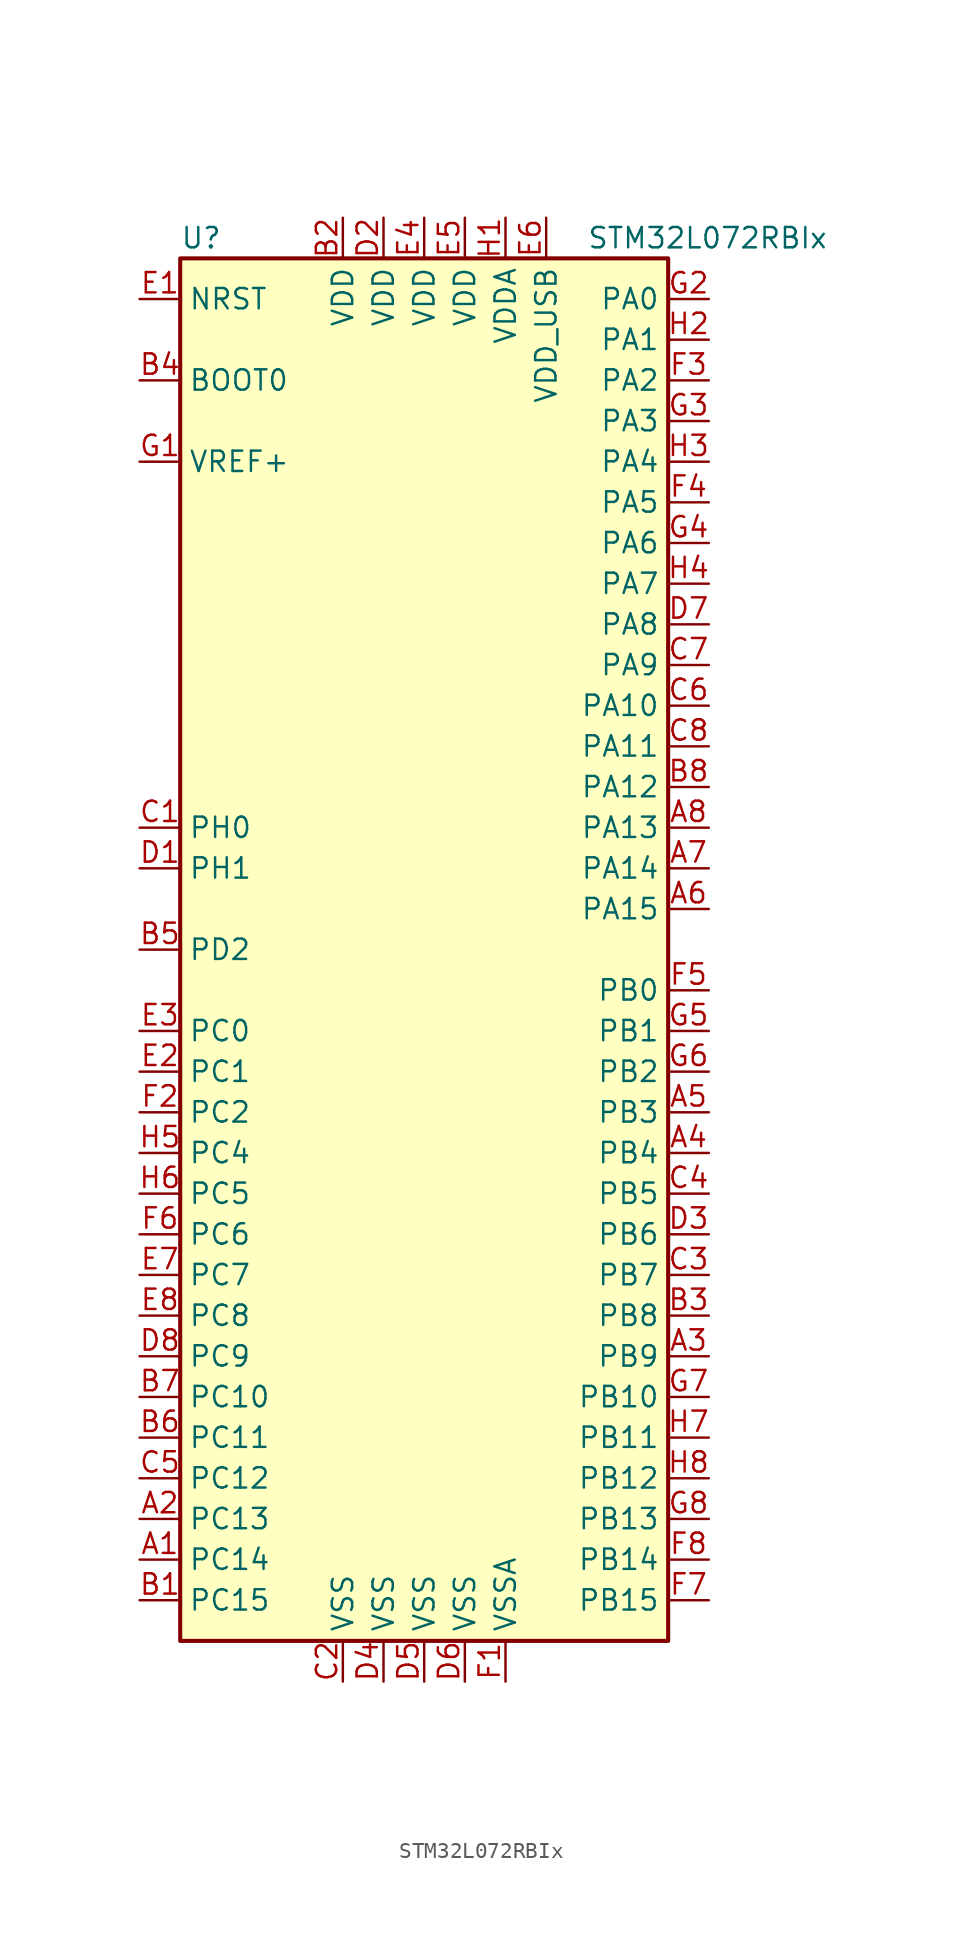
<source format=kicad_sym>
(kicad_symbol_lib
  (version 20201005)
  (generator kicad_symbol_editor)
  (symbol "MCU_ST_STM32L0:STM32L072RBIx"
    (property "Reference" "U"
      (at -15.24 44.45 0)
      (effects (font (size 1.27 1.27)) (justify left)))
    (property "Value" "STM32L072RBIx"
      (at 10.16 44.45 0)
      (effects (font (size 1.27 1.27)) (justify left)))
    (symbol "STM32L072RBIx_0_1"
      (rectangle (start -15.24 -43.18) (end 15.24 43.18) (stroke (width 0.254)) (fill (type background))))
    (symbol "STM32L072RBIx_1_1"
      (pin input line (at -17.78 35.56 0) (length 2.54) (name "BOOT0" (effects (font (size 1.27 1.27)))) (number "B4" (effects (font (size 1.27 1.27)))))
      (pin input line (at -17.78 40.64 0) (length 2.54) (name "NRST" (effects (font (size 1.27 1.27)))) (number "E1" (effects (font (size 1.27 1.27)))))
      (pin bidirectional line (at 17.78 40.64 180) (length 2.54) (name "PA0" (effects (font (size 1.27 1.27)))) (number "G2" (effects (font (size 1.27 1.27)))))
      (pin bidirectional line (at 17.78 38.1 180) (length 2.54) (name "PA1" (effects (font (size 1.27 1.27)))) (number "H2" (effects (font (size 1.27 1.27)))))
      (pin bidirectional line (at 17.78 15.24 180) (length 2.54) (name "PA10" (effects (font (size 1.27 1.27)))) (number "C6" (effects (font (size 1.27 1.27)))))
      (pin bidirectional line (at 17.78 12.7 180) (length 2.54) (name "PA11" (effects (font (size 1.27 1.27)))) (number "C8" (effects (font (size 1.27 1.27)))))
      (pin bidirectional line (at 17.78 10.16 180) (length 2.54) (name "PA12" (effects (font (size 1.27 1.27)))) (number "B8" (effects (font (size 1.27 1.27)))))
      (pin bidirectional line (at 17.78 7.62 180) (length 2.54) (name "PA13" (effects (font (size 1.27 1.27)))) (number "A8" (effects (font (size 1.27 1.27)))))
      (pin bidirectional line (at 17.78 5.08 180) (length 2.54) (name "PA14" (effects (font (size 1.27 1.27)))) (number "A7" (effects (font (size 1.27 1.27)))))
      (pin bidirectional line (at 17.78 2.54 180) (length 2.54) (name "PA15" (effects (font (size 1.27 1.27)))) (number "A6" (effects (font (size 1.27 1.27)))))
      (pin bidirectional line (at 17.78 35.56 180) (length 2.54) (name "PA2" (effects (font (size 1.27 1.27)))) (number "F3" (effects (font (size 1.27 1.27)))))
      (pin bidirectional line (at 17.78 33.02 180) (length 2.54) (name "PA3" (effects (font (size 1.27 1.27)))) (number "G3" (effects (font (size 1.27 1.27)))))
      (pin bidirectional line (at 17.78 30.48 180) (length 2.54) (name "PA4" (effects (font (size 1.27 1.27)))) (number "H3" (effects (font (size 1.27 1.27)))))
      (pin bidirectional line (at 17.78 27.94 180) (length 2.54) (name "PA5" (effects (font (size 1.27 1.27)))) (number "F4" (effects (font (size 1.27 1.27)))))
      (pin bidirectional line (at 17.78 25.4 180) (length 2.54) (name "PA6" (effects (font (size 1.27 1.27)))) (number "G4" (effects (font (size 1.27 1.27)))))
      (pin bidirectional line (at 17.78 22.86 180) (length 2.54) (name "PA7" (effects (font (size 1.27 1.27)))) (number "H4" (effects (font (size 1.27 1.27)))))
      (pin bidirectional line (at 17.78 20.32 180) (length 2.54) (name "PA8" (effects (font (size 1.27 1.27)))) (number "D7" (effects (font (size 1.27 1.27)))))
      (pin bidirectional line (at 17.78 17.78 180) (length 2.54) (name "PA9" (effects (font (size 1.27 1.27)))) (number "C7" (effects (font (size 1.27 1.27)))))
      (pin bidirectional line (at 17.78 -2.54 180) (length 2.54) (name "PB0" (effects (font (size 1.27 1.27)))) (number "F5" (effects (font (size 1.27 1.27)))))
      (pin bidirectional line (at 17.78 -5.08 180) (length 2.54) (name "PB1" (effects (font (size 1.27 1.27)))) (number "G5" (effects (font (size 1.27 1.27)))))
      (pin bidirectional line (at 17.78 -27.94 180) (length 2.54) (name "PB10" (effects (font (size 1.27 1.27)))) (number "G7" (effects (font (size 1.27 1.27)))))
      (pin bidirectional line (at 17.78 -30.48 180) (length 2.54) (name "PB11" (effects (font (size 1.27 1.27)))) (number "H7" (effects (font (size 1.27 1.27)))))
      (pin bidirectional line (at 17.78 -33.02 180) (length 2.54) (name "PB12" (effects (font (size 1.27 1.27)))) (number "H8" (effects (font (size 1.27 1.27)))))
      (pin bidirectional line (at 17.78 -35.56 180) (length 2.54) (name "PB13" (effects (font (size 1.27 1.27)))) (number "G8" (effects (font (size 1.27 1.27)))))
      (pin bidirectional line (at 17.78 -38.1 180) (length 2.54) (name "PB14" (effects (font (size 1.27 1.27)))) (number "F8" (effects (font (size 1.27 1.27)))))
      (pin bidirectional line (at 17.78 -40.64 180) (length 2.54) (name "PB15" (effects (font (size 1.27 1.27)))) (number "F7" (effects (font (size 1.27 1.27)))))
      (pin bidirectional line (at 17.78 -7.62 180) (length 2.54) (name "PB2" (effects (font (size 1.27 1.27)))) (number "G6" (effects (font (size 1.27 1.27)))))
      (pin bidirectional line (at 17.78 -10.16 180) (length 2.54) (name "PB3" (effects (font (size 1.27 1.27)))) (number "A5" (effects (font (size 1.27 1.27)))))
      (pin bidirectional line (at 17.78 -12.7 180) (length 2.54) (name "PB4" (effects (font (size 1.27 1.27)))) (number "A4" (effects (font (size 1.27 1.27)))))
      (pin bidirectional line (at 17.78 -15.24 180) (length 2.54) (name "PB5" (effects (font (size 1.27 1.27)))) (number "C4" (effects (font (size 1.27 1.27)))))
      (pin bidirectional line (at 17.78 -17.78 180) (length 2.54) (name "PB6" (effects (font (size 1.27 1.27)))) (number "D3" (effects (font (size 1.27 1.27)))))
      (pin bidirectional line (at 17.78 -20.32 180) (length 2.54) (name "PB7" (effects (font (size 1.27 1.27)))) (number "C3" (effects (font (size 1.27 1.27)))))
      (pin bidirectional line (at 17.78 -22.86 180) (length 2.54) (name "PB8" (effects (font (size 1.27 1.27)))) (number "B3" (effects (font (size 1.27 1.27)))))
      (pin bidirectional line (at 17.78 -25.4 180) (length 2.54) (name "PB9" (effects (font (size 1.27 1.27)))) (number "A3" (effects (font (size 1.27 1.27)))))
      (pin bidirectional line (at -17.78 -5.08 0) (length 2.54) (name "PC0" (effects (font (size 1.27 1.27)))) (number "E3" (effects (font (size 1.27 1.27)))))
      (pin bidirectional line (at -17.78 -7.62 0) (length 2.54) (name "PC1" (effects (font (size 1.27 1.27)))) (number "E2" (effects (font (size 1.27 1.27)))))
      (pin bidirectional line (at -17.78 -27.94 0) (length 2.54) (name "PC10" (effects (font (size 1.27 1.27)))) (number "B7" (effects (font (size 1.27 1.27)))))
      (pin bidirectional line (at -17.78 -30.48 0) (length 2.54) (name "PC11" (effects (font (size 1.27 1.27)))) (number "B6" (effects (font (size 1.27 1.27)))))
      (pin bidirectional line (at -17.78 -33.02 0) (length 2.54) (name "PC12" (effects (font (size 1.27 1.27)))) (number "C5" (effects (font (size 1.27 1.27)))))
      (pin bidirectional line (at -17.78 -35.56 0) (length 2.54) (name "PC13" (effects (font (size 1.27 1.27)))) (number "A2" (effects (font (size 1.27 1.27)))))
      (pin bidirectional line (at -17.78 -38.1 0) (length 2.54) (name "PC14" (effects (font (size 1.27 1.27)))) (number "A1" (effects (font (size 1.27 1.27)))))
      (pin bidirectional line (at -17.78 -40.64 0) (length 2.54) (name "PC15" (effects (font (size 1.27 1.27)))) (number "B1" (effects (font (size 1.27 1.27)))))
      (pin bidirectional line (at -17.78 -10.16 0) (length 2.54) (name "PC2" (effects (font (size 1.27 1.27)))) (number "F2" (effects (font (size 1.27 1.27)))))
      (pin bidirectional line (at -17.78 -12.7 0) (length 2.54) (name "PC4" (effects (font (size 1.27 1.27)))) (number "H5" (effects (font (size 1.27 1.27)))))
      (pin bidirectional line (at -17.78 -15.24 0) (length 2.54) (name "PC5" (effects (font (size 1.27 1.27)))) (number "H6" (effects (font (size 1.27 1.27)))))
      (pin bidirectional line (at -17.78 -17.78 0) (length 2.54) (name "PC6" (effects (font (size 1.27 1.27)))) (number "F6" (effects (font (size 1.27 1.27)))))
      (pin bidirectional line (at -17.78 -20.32 0) (length 2.54) (name "PC7" (effects (font (size 1.27 1.27)))) (number "E7" (effects (font (size 1.27 1.27)))))
      (pin bidirectional line (at -17.78 -22.86 0) (length 2.54) (name "PC8" (effects (font (size 1.27 1.27)))) (number "E8" (effects (font (size 1.27 1.27)))))
      (pin bidirectional line (at -17.78 -25.4 0) (length 2.54) (name "PC9" (effects (font (size 1.27 1.27)))) (number "D8" (effects (font (size 1.27 1.27)))))
      (pin bidirectional line (at -17.78 0 0) (length 2.54) (name "PD2" (effects (font (size 1.27 1.27)))) (number "B5" (effects (font (size 1.27 1.27)))))
      (pin input line (at -17.78 7.62 0) (length 2.54) (name "PH0" (effects (font (size 1.27 1.27)))) (number "C1" (effects (font (size 1.27 1.27)))))
      (pin input line (at -17.78 5.08 0) (length 2.54) (name "PH1" (effects (font (size 1.27 1.27)))) (number "D1" (effects (font (size 1.27 1.27)))))
      (pin power_in line (at -5.08 45.72 270) (length 2.54) (name "VDD" (effects (font (size 1.27 1.27)))) (number "B2" (effects (font (size 1.27 1.27)))))
      (pin power_in line (at -2.54 45.72 270) (length 2.54) (name "VDD" (effects (font (size 1.27 1.27)))) (number "D2" (effects (font (size 1.27 1.27)))))
      (pin power_in line (at 0 45.72 270) (length 2.54) (name "VDD" (effects (font (size 1.27 1.27)))) (number "E4" (effects (font (size 1.27 1.27)))))
      (pin power_in line (at 2.54 45.72 270) (length 2.54) (name "VDD" (effects (font (size 1.27 1.27)))) (number "E5" (effects (font (size 1.27 1.27)))))
      (pin power_in line (at 5.08 45.72 270) (length 2.54) (name "VDDA" (effects (font (size 1.27 1.27)))) (number "H1" (effects (font (size 1.27 1.27)))))
      (pin power_in line (at 7.62 45.72 270) (length 2.54) (name "VDD_USB" (effects (font (size 1.27 1.27)))) (number "E6" (effects (font (size 1.27 1.27)))))
      (pin power_in line (at -17.78 30.48 0) (length 2.54) (name "VREF+" (effects (font (size 1.27 1.27)))) (number "G1" (effects (font (size 1.27 1.27)))))
      (pin power_in line (at -5.08 -45.72 90) (length 2.54) (name "VSS" (effects (font (size 1.27 1.27)))) (number "C2" (effects (font (size 1.27 1.27)))))
      (pin power_in line (at -2.54 -45.72 90) (length 2.54) (name "VSS" (effects (font (size 1.27 1.27)))) (number "D4" (effects (font (size 1.27 1.27)))))
      (pin power_in line (at 0 -45.72 90) (length 2.54) (name "VSS" (effects (font (size 1.27 1.27)))) (number "D5" (effects (font (size 1.27 1.27)))))
      (pin power_in line (at 2.54 -45.72 90) (length 2.54) (name "VSS" (effects (font (size 1.27 1.27)))) (number "D6" (effects (font (size 1.27 1.27)))))
      (pin power_in line (at 5.08 -45.72 90) (length 2.54) (name "VSSA" (effects (font (size 1.27 1.27)))) (number "F1" (effects (font (size 1.27 1.27))))))))
</source>
